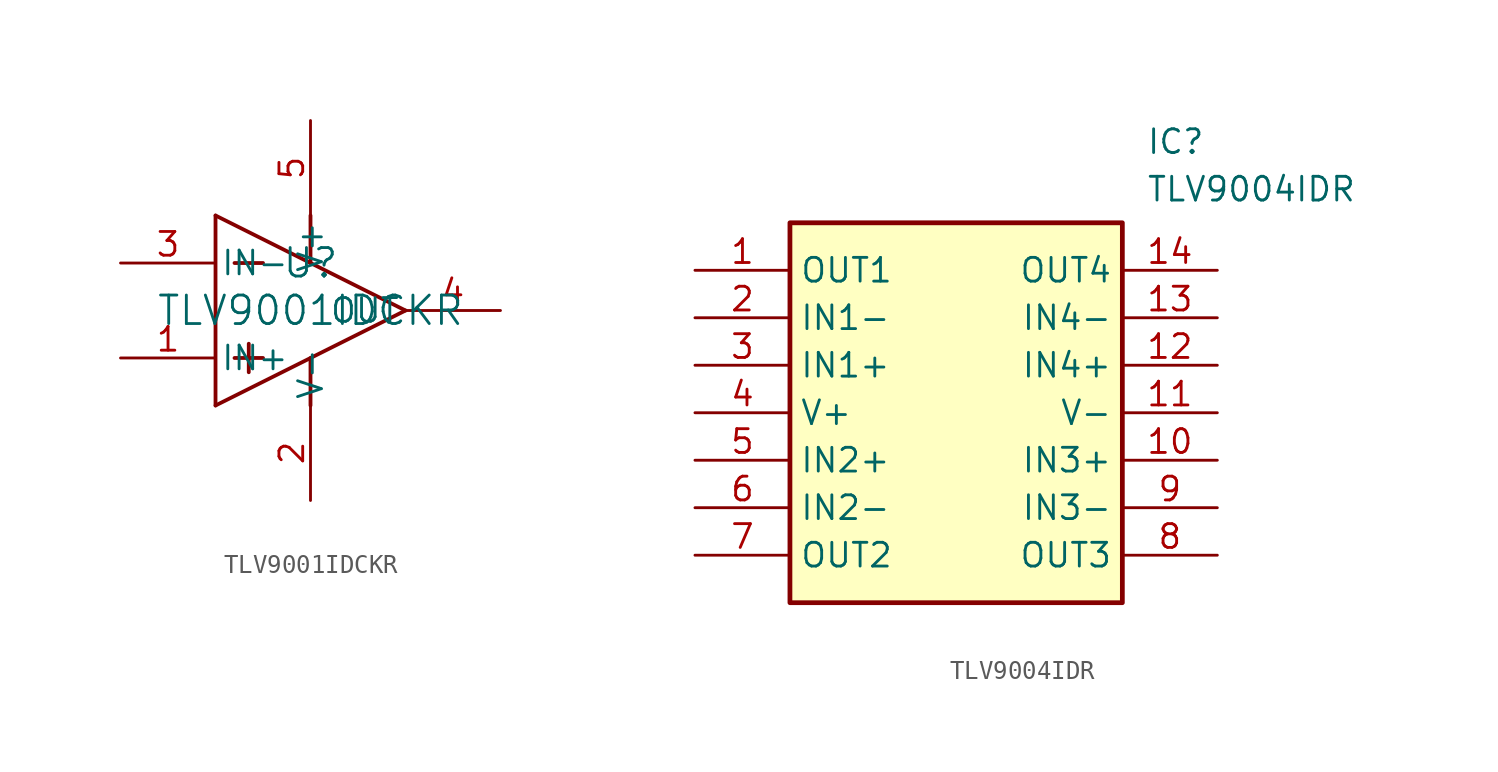
<source format=kicad_sym>
(kicad_symbol_lib
  (version 20211014)
  (generator SamacSys_ECAD_Model)
  (symbol "TLV9001IDCKR"
    (pin_names
      (offset 0.254))
    (property "Reference" "U"
      (at 0 2.54 0)
      (effects (font (size 1.524 1.524))))
    (property "Value" "TLV9001IDCKR"
      (at 0 0 0)
      (effects (font (size 1.524 1.524))))
    (symbol "TLV9001IDCKR_0_1"
      (polyline (pts (xy -5.08 5.08) (xy 5.08 0)) (stroke (width 0.203) (type default) (color 0 0 0 0)) (fill (type none)))
      (polyline (pts (xy -5.08 -5.08) (xy 5.08 0)) (stroke (width 0.203) (type default) (color 0 0 0 0)) (fill (type none)))
      (polyline (pts (xy -5.08 5.08) (xy -5.08 -5.08)) (stroke (width 0.203) (type default) (color 0 0 0 0)) (fill (type none)))
      (polyline (pts (xy -4.064 2.54) (xy -2.54 2.54)) (stroke (width 0.203) (type default) (color 0 0 0 0)) (fill (type none)))
      (polyline (pts (xy -4.064 -2.54) (xy -2.54 -2.54)) (stroke (width 0.203) (type default) (color 0 0 0 0)) (fill (type none)))
      (polyline (pts (xy -3.302 -1.778) (xy -3.302 -3.302)) (stroke (width 0.203) (type default) (color 0 0 0 0)) (fill (type none)))
      (polyline (pts (xy 0 5.08) (xy 0 2.54)) (stroke (width 0.203) (type default) (color 0 0 0 0)) (fill (type none)))
      (polyline (pts (xy 0 -2.54) (xy 0 -5.08)) (stroke (width 0.203) (type default) (color 0 0 0 0)) (fill (type none)))
      (pin input line (at -10.16 -2.54 0) (length 5.08) (name "IN+" (effects (font (size 1.27 1.27)))) (number "1" (effects (font (size 1.27 1.27)))))
      (pin power_in line (at 0 -10.16 90) (length 5.08) (name "V-" (effects (font (size 1.27 1.27)))) (number "2" (effects (font (size 1.27 1.27)))))
      (pin input line (at -10.16 2.54 0) (length 5.08) (name "IN-" (effects (font (size 1.27 1.27)))) (number "3" (effects (font (size 1.27 1.27)))))
      (pin output line (at 10.16 0 180) (length 5.08) (name "OUT" (effects (font (size 1.27 1.27)))) (number "4" (effects (font (size 1.27 1.27)))))
      (pin power_in line (at 0 10.16 270) (length 5.08) (name "V+" (effects (font (size 1.27 1.27)))) (number "5" (effects (font (size 1.27 1.27)))))))
  (symbol "TLV9004IDR"
    (property "Reference" "IC"
      (at 24.13 7.62 0)
      (effects (font (size 1.27 1.27)) (justify left top)))
    (property "Value" "TLV9004IDR"
      (at 24.13 5.08 0)
      (effects (font (size 1.27 1.27)) (justify left top)))
    (rectangle
      (start 5.08 2.54)
      (end 22.86 -17.78)
      (stroke (width 0.254) (type default))
      (fill (type background)))
    (pin passive line
      (at 0 0 0)
      (length 5.08)
      (name "OUT1" (effects (font (size 1.27 1.27))))
      (number "1" (effects (font (size 1.27 1.27)))))
    (pin passive line
      (at 0 -2.54 0)
      (length 5.08)
      (name "IN1-" (effects (font (size 1.27 1.27))))
      (number "2" (effects (font (size 1.27 1.27)))))
    (pin passive line
      (at 0 -5.08 0)
      (length 5.08)
      (name "IN1+" (effects (font (size 1.27 1.27))))
      (number "3" (effects (font (size 1.27 1.27)))))
    (pin passive line
      (at 0 -7.62 0)
      (length 5.08)
      (name "V+" (effects (font (size 1.27 1.27))))
      (number "4" (effects (font (size 1.27 1.27)))))
    (pin passive line
      (at 0 -10.16 0)
      (length 5.08)
      (name "IN2+" (effects (font (size 1.27 1.27))))
      (number "5" (effects (font (size 1.27 1.27)))))
    (pin passive line
      (at 0 -12.7 0)
      (length 5.08)
      (name "IN2-" (effects (font (size 1.27 1.27))))
      (number "6" (effects (font (size 1.27 1.27)))))
    (pin passive line
      (at 0 -15.24 0)
      (length 5.08)
      (name "OUT2" (effects (font (size 1.27 1.27))))
      (number "7" (effects (font (size 1.27 1.27)))))
    (pin passive line
      (at 27.94 0 180)
      (length 5.08)
      (name "OUT4" (effects (font (size 1.27 1.27))))
      (number "14" (effects (font (size 1.27 1.27)))))
    (pin passive line
      (at 27.94 -2.54 180)
      (length 5.08)
      (name "IN4-" (effects (font (size 1.27 1.27))))
      (number "13" (effects (font (size 1.27 1.27)))))
    (pin passive line
      (at 27.94 -5.08 180)
      (length 5.08)
      (name "IN4+" (effects (font (size 1.27 1.27))))
      (number "12" (effects (font (size 1.27 1.27)))))
    (pin passive line
      (at 27.94 -7.62 180)
      (length 5.08)
      (name "V-" (effects (font (size 1.27 1.27))))
      (number "11" (effects (font (size 1.27 1.27)))))
    (pin passive line
      (at 27.94 -10.16 180)
      (length 5.08)
      (name "IN3+" (effects (font (size 1.27 1.27))))
      (number "10" (effects (font (size 1.27 1.27)))))
    (pin passive line
      (at 27.94 -12.7 180)
      (length 5.08)
      (name "IN3-" (effects (font (size 1.27 1.27))))
      (number "9" (effects (font (size 1.27 1.27)))))
    (pin passive line
      (at 27.94 -15.24 180)
      (length 5.08)
      (name "OUT3" (effects (font (size 1.27 1.27))))
      (number "8" (effects (font (size 1.27 1.27)))))))
</source>
